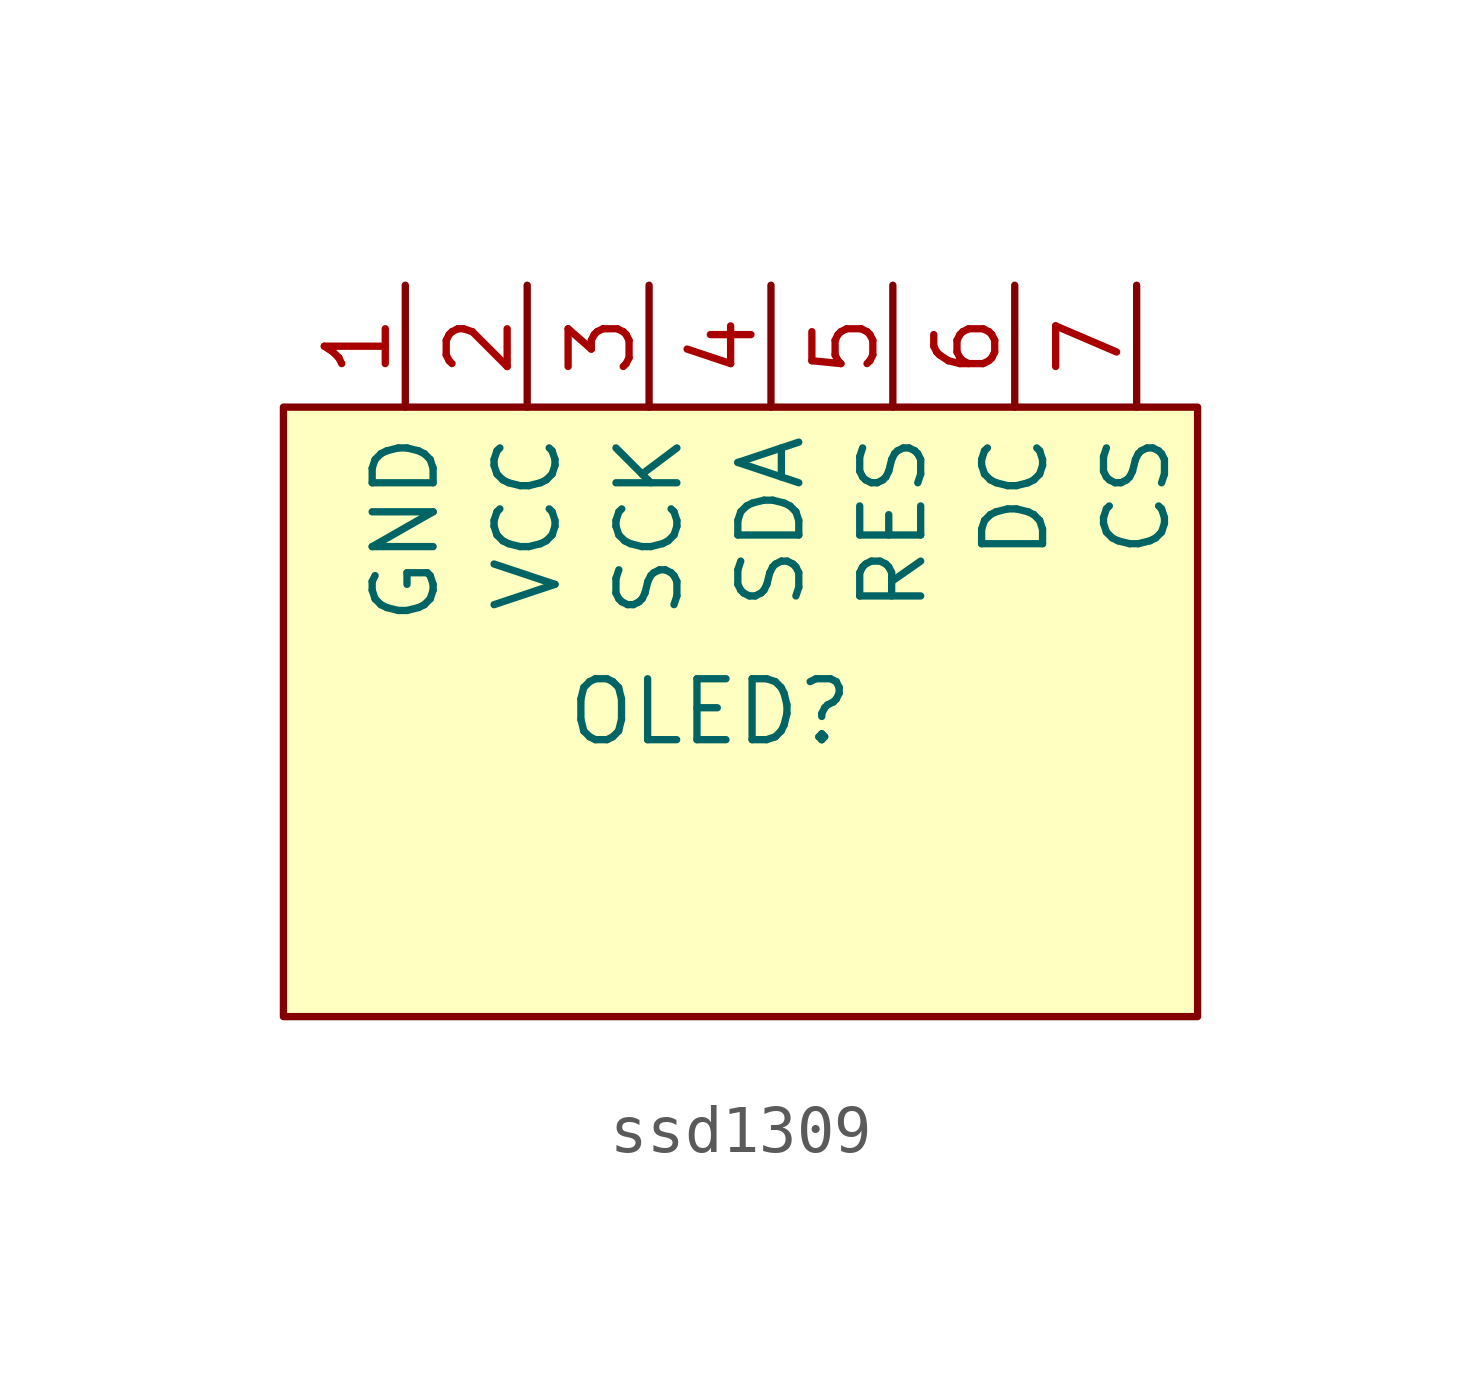
<source format=kicad_sym>
(kicad_symbol_lib
  (version 20231120)
  (generator "kicad_symbol_editor")
  (generator_version "8.0")
  (symbol "ssd1309"
    (property "Reference" "OLED"
      (at 0 0 0)
      (effects (font (size 1.27 1.27))))
    (property "Value" ""
      (at 0 0 0)
      (effects (font (size 1.27 1.27))))
    (symbol "ssd1309_0_1"
      (rectangle (start -8.89 6.35) (end 10.16 -6.35) (stroke (width 0) (type default)) (fill (type background))))
    (symbol "ssd1309_1_1"
      (pin power_in line (at -6.35 8.89 270) (length 2.54) (name "GND" (effects (font (size 1.27 1.27)))) (number "1" (effects (font (size 1.27 1.27)))))
      (pin power_in line (at -3.81 8.89 270) (length 2.54) (name "VCC" (effects (font (size 1.27 1.27)))) (number "2" (effects (font (size 1.27 1.27)))))
      (pin input line (at -1.27 8.89 270) (length 2.54) (name "SCK" (effects (font (size 1.27 1.27)))) (number "3" (effects (font (size 1.27 1.27)))))
      (pin bidirectional line (at 1.27 8.89 270) (length 2.54) (name "SDA" (effects (font (size 1.27 1.27)))) (number "4" (effects (font (size 1.27 1.27)))))
      (pin input line (at 3.81 8.89 270) (length 2.54) (name "RES" (effects (font (size 1.27 1.27)))) (number "5" (effects (font (size 1.27 1.27)))))
      (pin input line (at 6.35 8.89 270) (length 2.54) (name "DC" (effects (font (size 1.27 1.27)))) (number "6" (effects (font (size 1.27 1.27)))))
      (pin input line (at 8.89 8.89 270) (length 2.54) (name "CS" (effects (font (size 1.27 1.27)))) (number "7" (effects (font (size 1.27 1.27))))))))
</source>
